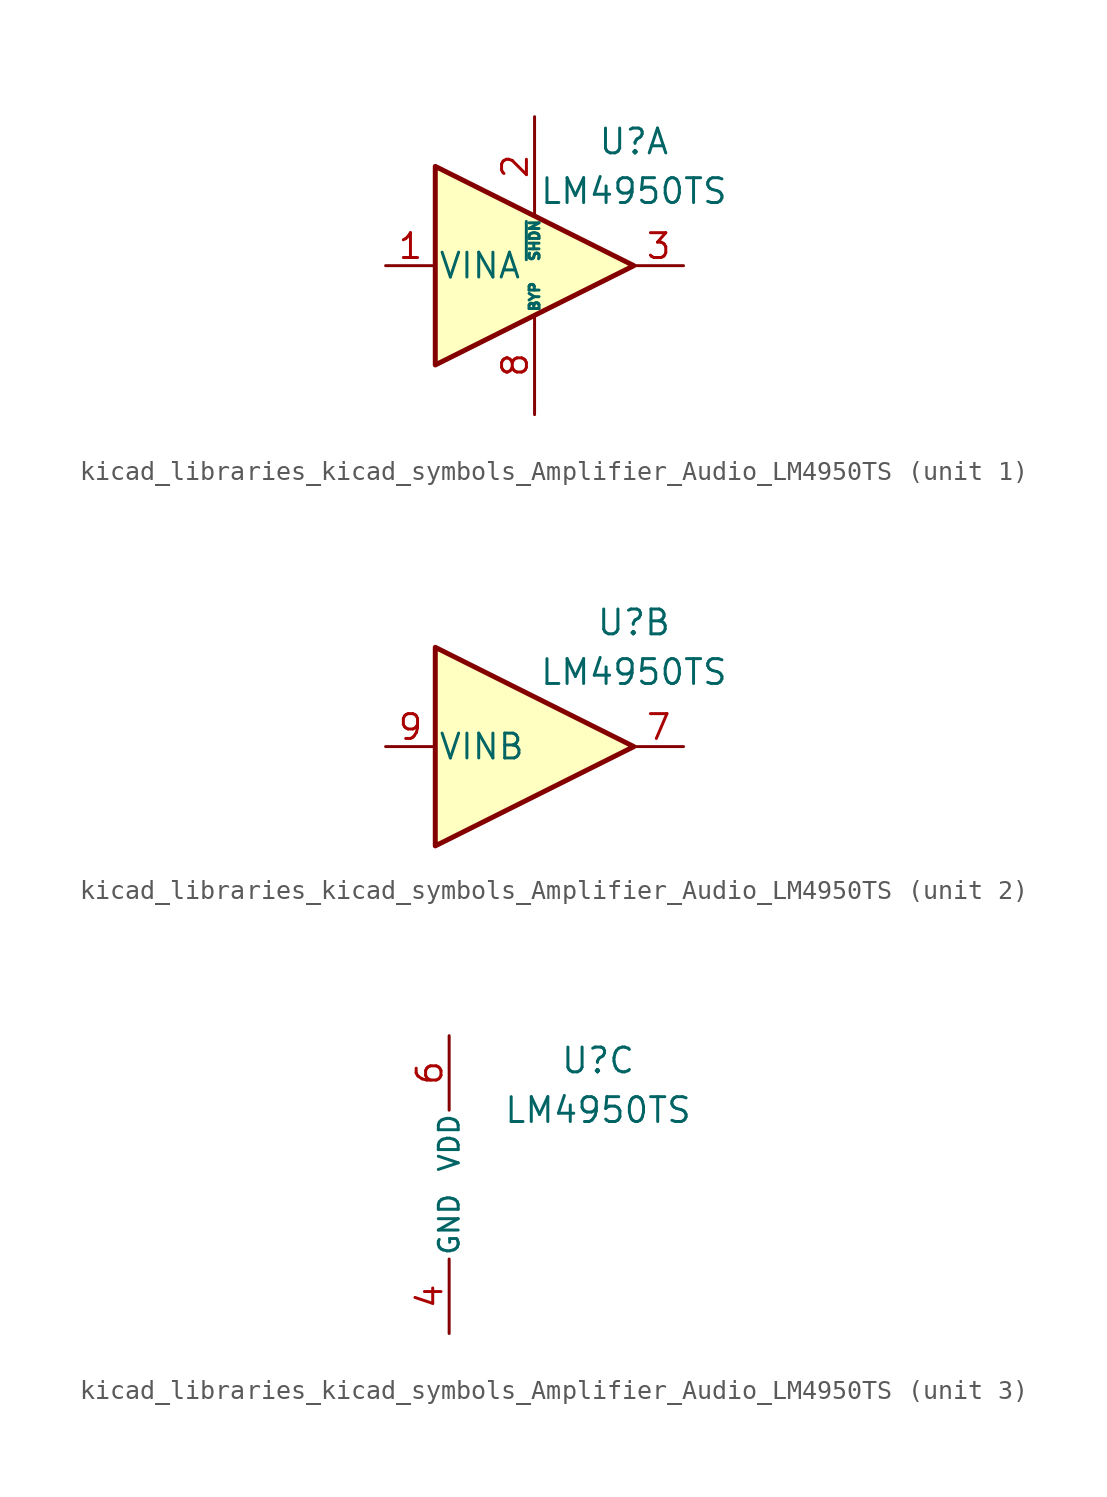
<source format=kicad_sym>
(kicad_symbol_lib
  (version 20220914)
  (generator kicad_symbol_editor)
  (symbol "kicad_libraries_kicad_symbols_Amplifier_Audio_LM4950TS"
    (pin_names
      (offset 0.127))
    (property "Reference" "U"
      (at 5.08 6.35 0)
      (effects (font (size 1.27 1.27))))
    (property "Value" "LM4950TS"
      (at 5.08 3.81 0)
      (effects (font (size 1.27 1.27))))
    (property "ki_locked" ""
      (at 0 0 0)
      (effects (font (size 1.27 1.27))))
    (symbol "kicad_libraries_kicad_symbols_Amplifier_Audio_LM4950TS_1_1"
      (polyline (pts (xy -5.08 5.08) (xy 5.08 0) (xy -5.08 -5.08) (xy -5.08 5.08)) (stroke (width 0.254) (type default)) (fill (type background)))
      (pin input line (at -7.62 0 0) (length 2.54) (name "VINA" (effects (font (size 1.27 1.27)))) (number "1" (effects (font (size 1.27 1.27)))))
      (pin input line (at 0 7.62 270) (length 5.08) (name "~{SHDN}" (effects (font (size 0.508 0.508)))) (number "2" (effects (font (size 1.27 1.27)))))
      (pin output line (at 7.62 0 180) (length 2.54) (name "~" (effects (font (size 1.27 1.27)))) (number "3" (effects (font (size 1.27 1.27)))))
      (pin passive line (at 0 -7.62 90) (length 5.08) (name "BYP" (effects (font (size 0.508 0.508)))) (number "8" (effects (font (size 1.27 1.27))))))
    (symbol "kicad_libraries_kicad_symbols_Amplifier_Audio_LM4950TS_2_1"
      (polyline (pts (xy -5.08 5.08) (xy 5.08 0) (xy -5.08 -5.08) (xy -5.08 5.08)) (stroke (width 0.254) (type default)) (fill (type background)))
      (pin output line (at 7.62 0 180) (length 2.54) (name "~" (effects (font (size 1.27 1.27)))) (number "7" (effects (font (size 1.27 1.27)))))
      (pin input line (at -7.62 0 0) (length 2.54) (name "VINB" (effects (font (size 1.27 1.27)))) (number "9" (effects (font (size 1.27 1.27))))))
    (symbol "kicad_libraries_kicad_symbols_Amplifier_Audio_LM4950TS_3_1"
      (pin power_in line (at -2.54 -7.62 90) (length 3.81) (name "GND" (effects (font (size 1.016 1.016)))) (number "4" (effects (font (size 1.27 1.27)))))
      (pin passive line (at -2.54 -7.62 90) (length 3.81) hide (name "GND" (effects (font (size 1.016 1.016)))) (number "5" (effects (font (size 1.27 1.27)))))
      (pin power_in line (at -2.54 7.62 270) (length 3.81) (name "VDD" (effects (font (size 1.016 1.016)))) (number "6" (effects (font (size 1.27 1.27))))))))
</source>
